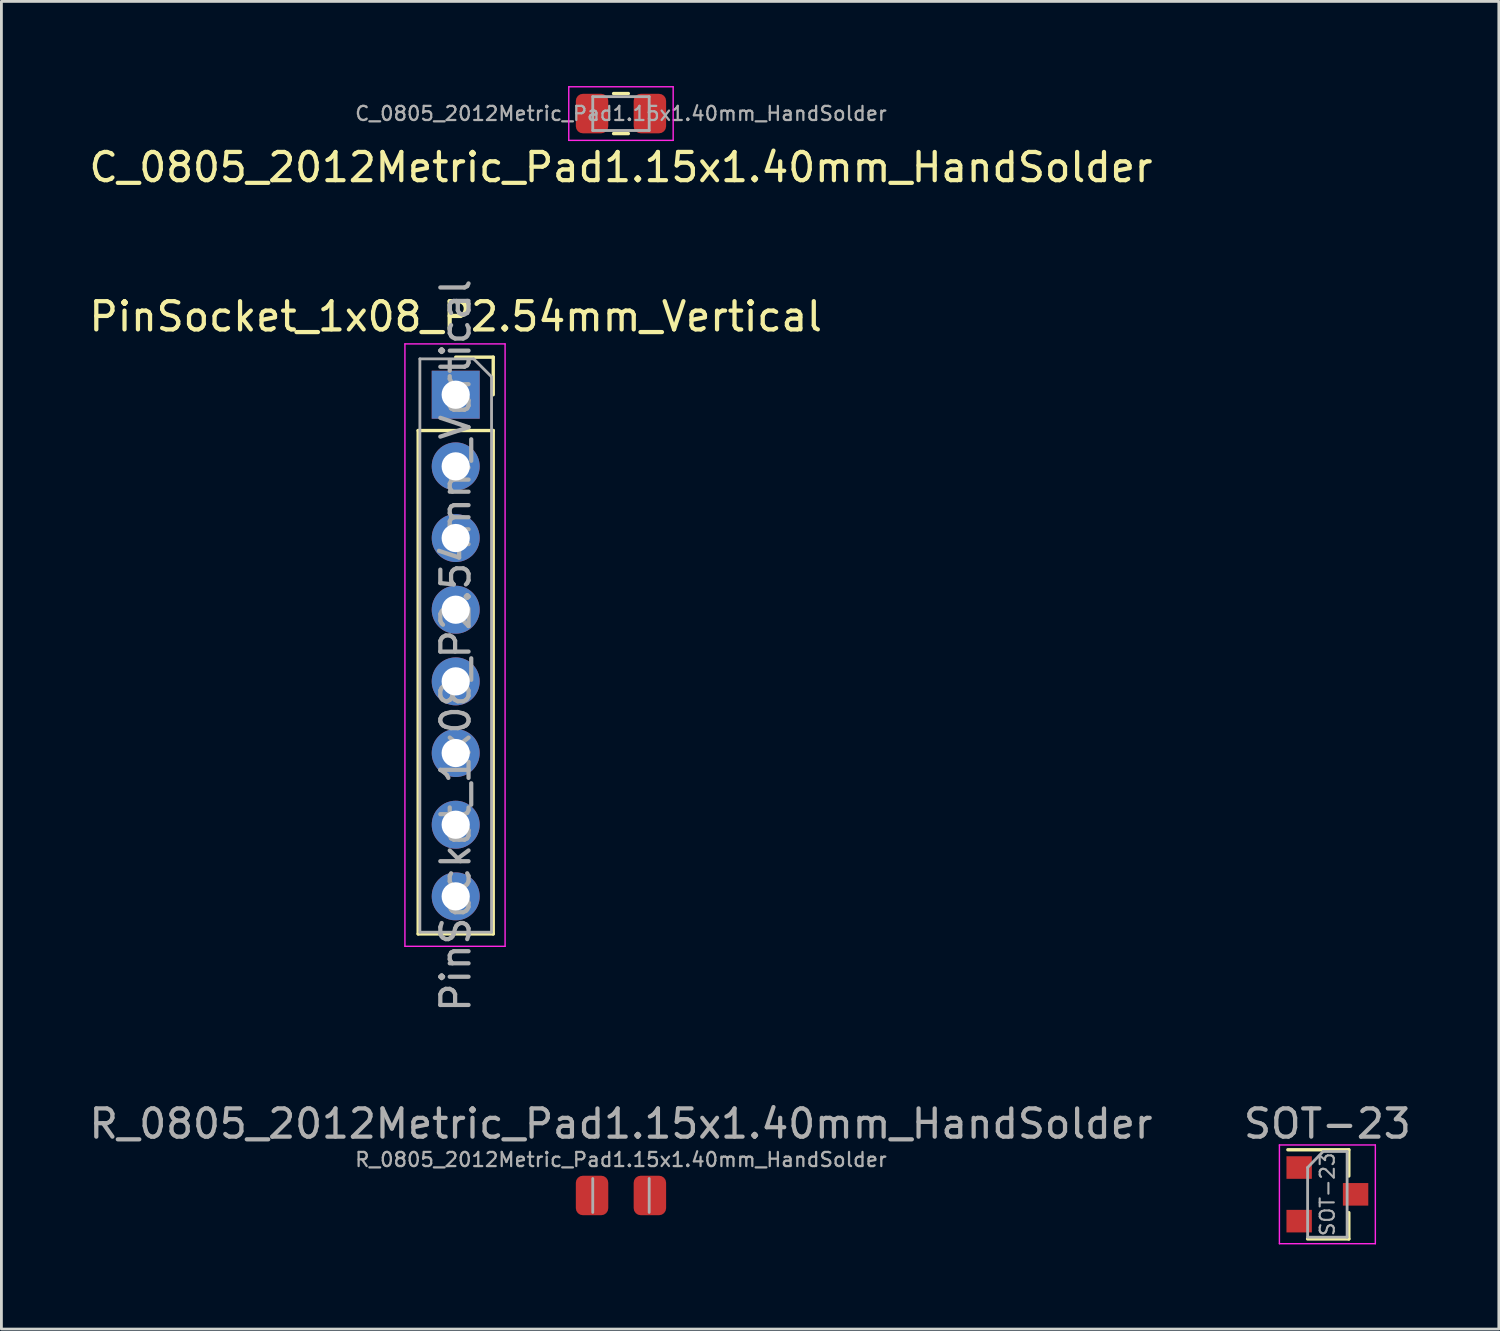
<source format=kicad_pcb>
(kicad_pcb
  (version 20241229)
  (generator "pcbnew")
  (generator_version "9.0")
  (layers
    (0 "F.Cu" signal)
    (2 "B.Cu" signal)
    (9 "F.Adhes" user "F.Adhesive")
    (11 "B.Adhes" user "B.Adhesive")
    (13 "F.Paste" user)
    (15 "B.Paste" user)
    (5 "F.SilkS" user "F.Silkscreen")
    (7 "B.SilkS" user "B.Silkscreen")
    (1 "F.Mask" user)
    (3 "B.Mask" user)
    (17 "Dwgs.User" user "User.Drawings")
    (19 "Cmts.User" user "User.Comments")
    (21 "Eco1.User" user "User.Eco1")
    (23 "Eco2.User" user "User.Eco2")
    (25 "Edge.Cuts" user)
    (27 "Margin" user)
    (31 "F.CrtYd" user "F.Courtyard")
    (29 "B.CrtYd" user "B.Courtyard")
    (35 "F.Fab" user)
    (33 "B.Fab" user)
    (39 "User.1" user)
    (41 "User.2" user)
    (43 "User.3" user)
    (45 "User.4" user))
  (footprint "SOT-23"
    (layer "F.Cu")
    (at 43.994 39.279)
    (property "Reference" "SOT-23" (at 0 -2.5 180) (layer "F.Fab") (effects (font (size 1 1) (thickness 0.15))))
    (attr smd)
    (fp_line (start 0.76 -1.58) (end -1.4 -1.58) (stroke (width 0.12) (type solid)) (layer "F.SilkS"))
    (fp_line (start 0.76 -1.58) (end 0.76 -0.65) (stroke (width 0.12) (type solid)) (layer "F.SilkS"))
    (fp_line (start 0.76 1.58) (end -0.7 1.58) (stroke (width 0.12) (type solid)) (layer "F.SilkS"))
    (fp_line (start 0.76 1.58) (end 0.76 0.65) (stroke (width 0.12) (type solid)) (layer "F.SilkS"))
    (fp_line (start -1.7 -1.75) (end 1.7 -1.75) (stroke (width 0.05) (type solid)) (layer "F.CrtYd"))
    (fp_line (start -1.7 1.75) (end -1.7 -1.75) (stroke (width 0.05) (type solid)) (layer "F.CrtYd"))
    (fp_line (start 1.7 -1.75) (end 1.7 1.75) (stroke (width 0.05) (type solid)) (layer "F.CrtYd"))
    (fp_line (start 1.7 1.75) (end -1.7 1.75) (stroke (width 0.05) (type solid)) (layer "F.CrtYd"))
    (fp_line (start -0.7 -0.95) (end -0.7 1.5) (stroke (width 0.1) (type solid)) (layer "F.Fab"))
    (fp_line (start -0.7 -0.95) (end -0.15 -1.52) (stroke (width 0.1) (type solid)) (layer "F.Fab"))
    (fp_line (start -0.7 1.52) (end 0.7 1.52) (stroke (width 0.1) (type solid)) (layer "F.Fab"))
    (fp_line (start -0.15 -1.52) (end 0.7 -1.52) (stroke (width 0.1) (type solid)) (layer "F.Fab"))
    (fp_line (start 0.7 -1.52) (end 0.7 1.52) (stroke (width 0.1) (type solid)) (layer "F.Fab"))
    (fp_text user "${REFERENCE}" (at 0 0 270) (layer "F.Fab") (effects (font (size 0.5 0.5) (thickness 0.075))))
    (pad "1" smd rect (at -1 -0.95) (size 0.9 0.8) (layers "F.Cu" "F.Mask" "F.Paste"))
    (pad "2" smd rect (at -1 0.95) (size 0.9 0.8) (layers "F.Cu" "F.Mask" "F.Paste"))
    (pad "3" smd rect (at 1 0) (size 0.9 0.8) (layers "F.Cu" "F.Mask" "F.Paste")))
  (footprint "R_0805_2012Metric_Pad1.15x1.40mm_HandSolder"
    (layer "F.Cu")
    (at 18.958 39.319)
    (property "Reference" "R_0805_2012Metric_Pad1.15x1.40mm_HandSolder" (at 0 -2.54 0) (layer "F.Fab") (effects (font (size 1 1) (thickness 0.15))))
    (attr smd)
    (fp_line (start -1 0.6) (end -1 -0.6) (stroke (width 0.1) (type solid)) (layer "F.Fab"))
    (fp_line (start 1 -0.6) (end 1 0.6) (stroke (width 0.1) (type solid)) (layer "F.Fab"))
    (fp_text user "${REFERENCE}" (at 0 -1.27 0) (layer "F.Fab") (effects (font (size 0.5 0.5) (thickness 0.08))))
    (pad "1" smd roundrect (at -1.025 0) (size 1.15 1.4) (layers "F.Cu" "F.Mask" "F.Paste") (roundrect_rratio 0.217))
    (pad "2" smd roundrect (at 1.025 0) (size 1.15 1.4) (layers "F.Cu" "F.Mask" "F.Paste") (roundrect_rratio 0.217)))
  (footprint "C_0805_2012Metric_Pad1.15x1.40mm_HandSolder"
    (layer "F.Cu")
    (at 18.958 0.975)
    (property "Reference" "C_0805_2012Metric_Pad1.15x1.40mm_HandSolder" (at 0 1.905 180) (layer "F.SilkS") (effects (font (size 1 1) (thickness 0.15))))
    (attr smd)
    (fp_line (start -0.261 -0.71) (end 0.261 -0.71) (stroke (width 0.12) (type solid)) (layer "F.SilkS"))
    (fp_line (start -0.261 0.71) (end 0.261 0.71) (stroke (width 0.12) (type solid)) (layer "F.SilkS"))
    (fp_line (start -1.85 -0.95) (end 1.85 -0.95) (stroke (width 0.05) (type solid)) (layer "F.CrtYd"))
    (fp_line (start -1.85 0.95) (end -1.85 -0.95) (stroke (width 0.05) (type solid)) (layer "F.CrtYd"))
    (fp_line (start 1.85 -0.95) (end 1.85 0.95) (stroke (width 0.05) (type solid)) (layer "F.CrtYd"))
    (fp_line (start 1.85 0.95) (end -1.85 0.95) (stroke (width 0.05) (type solid)) (layer "F.CrtYd"))
    (fp_line (start -1 -0.6) (end 1 -0.6) (stroke (width 0.1) (type solid)) (layer "F.Fab"))
    (fp_line (start -1 0.6) (end -1 -0.6) (stroke (width 0.1) (type solid)) (layer "F.Fab"))
    (fp_line (start 1 -0.6) (end 1 0.6) (stroke (width 0.1) (type solid)) (layer "F.Fab"))
    (fp_line (start 1 0.6) (end -1 0.6) (stroke (width 0.1) (type solid)) (layer "F.Fab"))
    (fp_text user "${REFERENCE}" (at 0 0 180) (layer "F.Fab") (effects (font (size 0.5 0.5) (thickness 0.08))))
    (pad "1" smd roundrect (at -1.025 0) (size 1.15 1.4) (layers "F.Cu" "F.Mask" "F.Paste") (roundrect_rratio 0.217))
    (pad "2" smd roundrect (at 1.025 0) (size 1.15 1.4) (layers "F.Cu" "F.Mask" "F.Paste") (roundrect_rratio 0.217)))
  (footprint "PinSocket_1x08_P2.54mm_Vertical"
    (layer "F.Cu")
    (at 13.101 10.939)
    (property "Reference" "PinSocket_1x08_P2.54mm_Vertical" (at 0 -2.77 0) (layer "F.SilkS") (effects (font (size 1 1) (thickness 0.15))))
    (attr through_hole)
    (fp_line (start -1.33 1.27) (end -1.33 19.11) (stroke (width 0.12) (type solid)) (layer "F.SilkS"))
    (fp_line (start -1.33 1.27) (end 1.33 1.27) (stroke (width 0.12) (type solid)) (layer "F.SilkS"))
    (fp_line (start -1.33 19.11) (end 1.33 19.11) (stroke (width 0.12) (type solid)) (layer "F.SilkS"))
    (fp_line (start 0 -1.33) (end 1.33 -1.33) (stroke (width 0.12) (type solid)) (layer "F.SilkS"))
    (fp_line (start 1.33 -1.33) (end 1.33 0) (stroke (width 0.12) (type solid)) (layer "F.SilkS"))
    (fp_line (start 1.33 1.27) (end 1.33 19.11) (stroke (width 0.12) (type solid)) (layer "F.SilkS"))
    (fp_line (start -1.8 -1.8) (end 1.75 -1.8) (stroke (width 0.05) (type solid)) (layer "F.CrtYd"))
    (fp_line (start -1.8 19.55) (end -1.8 -1.8) (stroke (width 0.05) (type solid)) (layer "F.CrtYd"))
    (fp_line (start 1.75 -1.8) (end 1.75 19.55) (stroke (width 0.05) (type solid)) (layer "F.CrtYd"))
    (fp_line (start 1.75 19.55) (end -1.8 19.55) (stroke (width 0.05) (type solid)) (layer "F.CrtYd"))
    (fp_line (start -1.27 -1.27) (end 0.635 -1.27) (stroke (width 0.1) (type solid)) (layer "F.Fab"))
    (fp_line (start -1.27 19.05) (end -1.27 -1.27) (stroke (width 0.1) (type solid)) (layer "F.Fab"))
    (fp_line (start 0.635 -1.27) (end 1.27 -0.635) (stroke (width 0.1) (type solid)) (layer "F.Fab"))
    (fp_line (start 1.27 -0.635) (end 1.27 19.05) (stroke (width 0.1) (type solid)) (layer "F.Fab"))
    (fp_line (start 1.27 19.05) (end -1.27 19.05) (stroke (width 0.1) (type solid)) (layer "F.Fab"))
    (fp_text user "${REFERENCE}" (at 0 8.89 270) (layer "F.Fab") (effects (font (size 1 1) (thickness 0.15))))
    (pad "1" thru_hole rect (at 0 0) (size 1.7 1.7) (drill 1) (layers "*.Cu" "*.Mask"))
    (pad "2" thru_hole oval (at 0 2.54) (size 1.7 1.7) (drill 1) (layers "*.Cu" "*.Mask"))
    (pad "3" thru_hole oval (at 0 5.08) (size 1.7 1.7) (drill 1) (layers "*.Cu" "*.Mask"))
    (pad "4" thru_hole oval (at 0 7.62) (size 1.7 1.7) (drill 1) (layers "*.Cu" "*.Mask"))
    (pad "5" thru_hole oval (at 0 10.16) (size 1.7 1.7) (drill 1) (layers "*.Cu" "*.Mask"))
    (pad "6" thru_hole oval (at 0 12.7) (size 1.7 1.7) (drill 1) (layers "*.Cu" "*.Mask"))
    (pad "7" thru_hole oval (at 0 15.24) (size 1.7 1.7) (drill 1) (layers "*.Cu" "*.Mask"))
    (pad "8" thru_hole oval (at 0 17.78) (size 1.7 1.7) (drill 1) (layers "*.Cu" "*.Mask")))
  (gr_rect
    (start -3 -3)
    (end 50.071 44.054)
    (stroke (width 0.1) (type default))
    (fill no)
    (layer "Edge.Cuts")))
</source>
